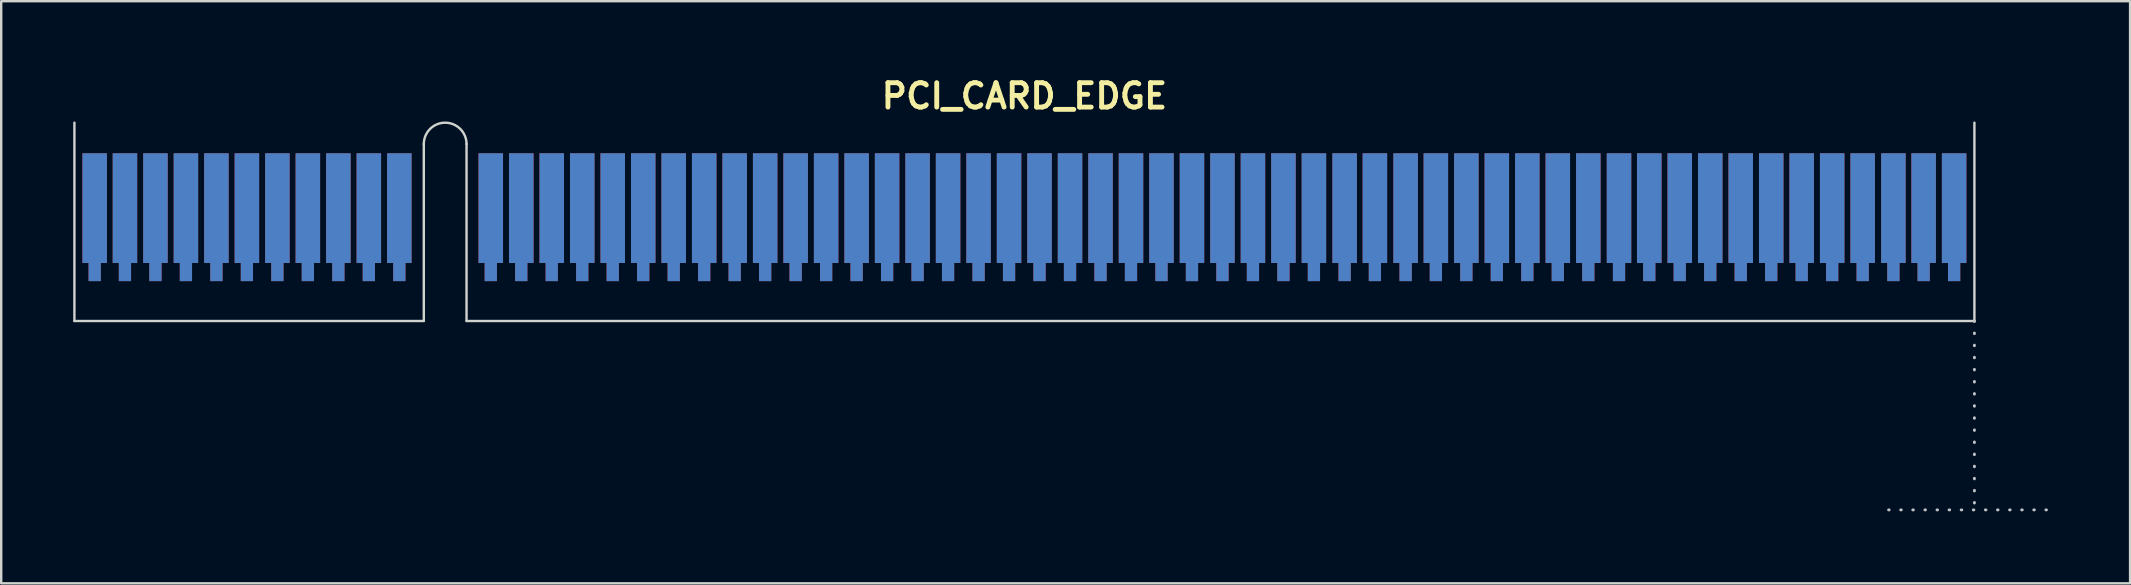
<source format=kicad_pcb>
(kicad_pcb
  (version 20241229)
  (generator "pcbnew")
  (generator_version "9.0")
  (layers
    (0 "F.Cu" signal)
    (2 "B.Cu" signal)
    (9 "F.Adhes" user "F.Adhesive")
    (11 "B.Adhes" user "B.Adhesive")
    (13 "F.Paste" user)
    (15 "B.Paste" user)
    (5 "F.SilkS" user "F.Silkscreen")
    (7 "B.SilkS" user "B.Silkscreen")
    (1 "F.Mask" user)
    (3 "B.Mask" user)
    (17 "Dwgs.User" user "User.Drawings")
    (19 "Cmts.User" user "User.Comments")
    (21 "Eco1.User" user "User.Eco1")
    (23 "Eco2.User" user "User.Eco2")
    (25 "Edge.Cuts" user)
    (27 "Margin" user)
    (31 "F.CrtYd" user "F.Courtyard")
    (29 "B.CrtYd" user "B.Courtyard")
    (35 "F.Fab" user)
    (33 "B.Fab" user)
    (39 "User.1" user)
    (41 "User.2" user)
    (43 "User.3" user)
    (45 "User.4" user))
  (footprint "PCI_CARD_EDGE"
    (layer "F.Cu")
    (at 39.625 6.951)
    (property "Reference" "PCI_CARD_EDGE" (at 0 -6 0) (layer "F.SilkS") (effects (font (size 1.016 1.016) (thickness 0.203) (bold yes))))
    (attr exclude_from_pos_files exclude_from_bom)
    (fp_line (start 36 11.24) (end 43 11.24) (stroke (width 0.12) (type dot)) (layer "Dwgs.User"))
    (fp_line (start 39.575 3.37) (end 39.575 11.24) (stroke (width 0.12) (type dot)) (layer "Dwgs.User"))
    (fp_line (start -39.575 3.37) (end -39.575 -4.89) (stroke (width 0.1) (type solid)) (layer "Edge.Cuts"))
    (fp_line (start -25.02 -4) (end -25.02 3.37) (stroke (width 0.1) (type solid)) (layer "Edge.Cuts"))
    (fp_line (start -25.02 3.37) (end -39.575 3.37) (stroke (width 0.1) (type solid)) (layer "Edge.Cuts"))
    (fp_line (start -23.24 3.37) (end -23.24 -4) (stroke (width 0.1) (type solid)) (layer "Edge.Cuts"))
    (fp_line (start 39.575 -4.89) (end 39.575 3.37) (stroke (width 0.1) (type solid)) (layer "Edge.Cuts"))
    (fp_line (start 39.575 3.37) (end -23.24 3.37) (stroke (width 0.1) (type solid)) (layer "Edge.Cuts"))
    (fp_arc (start -25.02 -4) (mid -24.13 -4.89) (end -23.24 -4) (stroke (width 0.1) (type default)) (layer "Edge.Cuts"))
    (pad "A1" connect rect (at 38.73 -1.33) (size 1.02 4.57) (layers "F.Cu" "F.Mask"))
    (pad "A1" connect rect (at 38.73 1.33) (size 0.51 0.76) (layers "F.Cu" "F.Mask"))
    (pad "A2" connect rect (at 37.46 -1.33) (size 1.02 4.57) (layers "F.Cu" "F.Mask"))
    (pad "A2" connect rect (at 37.46 1.33) (size 0.51 0.76) (layers "F.Cu" "F.Mask"))
    (pad "A3" connect rect (at 36.2 -1.33) (size 1.02 4.57) (layers "F.Cu" "F.Mask"))
    (pad "A3" connect rect (at 36.2 1.33) (size 0.51 0.76) (layers "F.Cu" "F.Mask"))
    (pad "A4" connect rect (at 34.92 -1.33) (size 1.02 4.57) (layers "F.Cu" "F.Mask"))
    (pad "A4" connect rect (at 34.92 1.33) (size 0.51 0.76) (layers "F.Cu" "F.Mask"))
    (pad "A5" connect rect (at 33.65 -1.33) (size 1.02 4.57) (layers "F.Cu" "F.Mask"))
    (pad "A5" connect rect (at 33.65 1.33) (size 0.51 0.76) (layers "F.Cu" "F.Mask"))
    (pad "A6" connect rect (at 32.38 -1.33) (size 1.02 4.57) (layers "F.Cu" "F.Mask"))
    (pad "A6" connect rect (at 32.38 1.33) (size 0.51 0.76) (layers "F.Cu" "F.Mask"))
    (pad "A7" connect rect (at 31.11 -1.33) (size 1.02 4.57) (layers "F.Cu" "F.Mask"))
    (pad "A7" connect rect (at 31.11 1.33) (size 0.51 0.76) (layers "F.Cu" "F.Mask"))
    (pad "A8" connect rect (at 29.84 -1.33) (size 1.02 4.57) (layers "F.Cu" "F.Mask"))
    (pad "A8" connect rect (at 29.84 1.33) (size 0.51 0.76) (layers "F.Cu" "F.Mask"))
    (pad "A9" connect rect (at 28.57 -1.33) (size 1.02 4.57) (layers "F.Cu" "F.Mask"))
    (pad "A9" connect rect (at 28.57 1.33) (size 0.51 0.76) (layers "F.Cu" "F.Mask"))
    (pad "A10" connect rect (at 27.3 -1.33) (size 1.02 4.57) (layers "F.Cu" "F.Mask"))
    (pad "A10" connect rect (at 27.3 1.33) (size 0.51 0.76) (layers "F.Cu" "F.Mask"))
    (pad "A11" connect rect (at 26.03 -1.33) (size 1.02 4.57) (layers "F.Cu" "F.Mask"))
    (pad "A11" connect rect (at 26.03 1.33) (size 0.51 0.76) (layers "F.Cu" "F.Mask"))
    (pad "A12" connect rect (at 24.77 -1.33) (size 1.02 4.57) (layers "F.Cu" "F.Mask"))
    (pad "A12" connect rect (at 24.77 1.33) (size 0.51 0.76) (layers "F.Cu" "F.Mask"))
    (pad "A13" connect rect (at 23.49 -1.33) (size 1.02 4.57) (layers "F.Cu" "F.Mask"))
    (pad "A13" connect rect (at 23.49 1.33) (size 0.51 0.76) (layers "F.Cu" "F.Mask"))
    (pad "A14" connect rect (at 22.22 -1.33) (size 1.02 4.57) (layers "F.Cu" "F.Mask"))
    (pad "A14" connect rect (at 22.22 1.33) (size 0.51 0.76) (layers "F.Cu" "F.Mask"))
    (pad "A15" connect rect (at 20.95 -1.33) (size 1.02 4.57) (layers "F.Cu" "F.Mask"))
    (pad "A15" connect rect (at 20.95 1.33) (size 0.51 0.76) (layers "F.Cu" "F.Mask"))
    (pad "A16" connect rect (at 19.68 -1.33) (size 1.02 4.57) (layers "F.Cu" "F.Mask"))
    (pad "A16" connect rect (at 19.68 1.33) (size 0.51 0.76) (layers "F.Cu" "F.Mask"))
    (pad "A17" connect rect (at 18.41 -1.33) (size 1.02 4.57) (layers "F.Cu" "F.Mask"))
    (pad "A17" connect rect (at 18.41 1.33) (size 0.51 0.76) (layers "F.Cu" "F.Mask"))
    (pad "A18" connect rect (at 17.14 -1.33) (size 1.02 4.57) (layers "F.Cu" "F.Mask"))
    (pad "A18" connect rect (at 17.14 1.33) (size 0.51 0.76) (layers "F.Cu" "F.Mask"))
    (pad "A19" connect rect (at 15.88 -1.33) (size 1.02 4.57) (layers "F.Cu" "F.Mask"))
    (pad "A19" connect rect (at 15.88 1.33) (size 0.51 0.76) (layers "F.Cu" "F.Mask"))
    (pad "A20" connect rect (at 14.6 -1.33) (size 1.02 4.57) (layers "F.Cu" "F.Mask"))
    (pad "A20" connect rect (at 14.6 1.33) (size 0.51 0.76) (layers "F.Cu" "F.Mask"))
    (pad "A21" connect rect (at 13.34 -1.33) (size 1.02 4.57) (layers "F.Cu" "F.Mask"))
    (pad "A21" connect rect (at 13.34 1.33) (size 0.51 0.76) (layers "F.Cu" "F.Mask"))
    (pad "A22" connect rect (at 12.06 -1.33) (size 1.02 4.57) (layers "F.Cu" "F.Mask"))
    (pad "A22" connect rect (at 12.06 1.33) (size 0.51 0.76) (layers "F.Cu" "F.Mask"))
    (pad "A23" connect rect (at 10.79 -1.33) (size 1.02 4.57) (layers "F.Cu" "F.Mask"))
    (pad "A23" connect rect (at 10.79 1.33) (size 0.51 0.76) (layers "F.Cu" "F.Mask"))
    (pad "A24" connect rect (at 9.52 -1.33) (size 1.02 4.57) (layers "F.Cu" "F.Mask"))
    (pad "A24" connect rect (at 9.52 1.33) (size 0.51 0.76) (layers "F.Cu" "F.Mask"))
    (pad "A25" connect rect (at 8.25 -1.33) (size 1.02 4.57) (layers "F.Cu" "F.Mask"))
    (pad "A25" connect rect (at 8.25 1.33) (size 0.51 0.76) (layers "F.Cu" "F.Mask"))
    (pad "A26" connect rect (at 6.98 -1.33) (size 1.02 4.57) (layers "F.Cu" "F.Mask"))
    (pad "A26" connect rect (at 6.98 1.33) (size 0.51 0.76) (layers "F.Cu" "F.Mask"))
    (pad "A27" connect rect (at 5.71 -1.33) (size 1.02 4.57) (layers "F.Cu" "F.Mask"))
    (pad "A27" connect rect (at 5.71 1.33) (size 0.51 0.76) (layers "F.Cu" "F.Mask"))
    (pad "A28" connect rect (at 4.44 -1.33) (size 1.02 4.57) (layers "F.Cu" "F.Mask"))
    (pad "A28" connect rect (at 4.44 1.33) (size 0.51 0.76) (layers "F.Cu" "F.Mask"))
    (pad "A29" connect rect (at 3.17 -1.33) (size 1.02 4.57) (layers "F.Cu" "F.Mask"))
    (pad "A29" connect rect (at 3.17 1.33) (size 0.51 0.76) (layers "F.Cu" "F.Mask"))
    (pad "A30" connect rect (at 1.9 -1.33) (size 1.02 4.57) (layers "F.Cu" "F.Mask"))
    (pad "A30" connect rect (at 1.9 1.33) (size 0.51 0.76) (layers "F.Cu" "F.Mask"))
    (pad "A31" connect rect (at 0.63 -1.33) (size 1.02 4.57) (layers "F.Cu" "F.Mask"))
    (pad "A31" connect rect (at 0.63 1.33) (size 0.51 0.76) (layers "F.Cu" "F.Mask"))
    (pad "A32" connect rect (at -0.64 -1.33) (size 1.02 4.57) (layers "F.Cu" "F.Mask"))
    (pad "A32" connect rect (at -0.64 1.33) (size 0.51 0.76) (layers "F.Cu" "F.Mask"))
    (pad "A33" connect rect (at -1.91 -1.33) (size 1.02 4.57) (layers "F.Cu" "F.Mask"))
    (pad "A33" connect rect (at -1.91 1.33) (size 0.51 0.76) (layers "F.Cu" "F.Mask"))
    (pad "A34" connect rect (at -3.18 -1.33) (size 1.02 4.57) (layers "F.Cu" "F.Mask"))
    (pad "A34" connect rect (at -3.18 1.33) (size 0.51 0.76) (layers "F.Cu" "F.Mask"))
    (pad "A35" connect rect (at -4.45 -1.33) (size 1.02 4.57) (layers "F.Cu" "F.Mask"))
    (pad "A35" connect rect (at -4.45 1.33) (size 0.51 0.76) (layers "F.Cu" "F.Mask"))
    (pad "A36" connect rect (at -5.72 -1.33) (size 1.02 4.57) (layers "F.Cu" "F.Mask"))
    (pad "A36" connect rect (at -5.72 1.33) (size 0.51 0.76) (layers "F.Cu" "F.Mask"))
    (pad "A37" connect rect (at -6.99 -1.33) (size 1.02 4.57) (layers "F.Cu" "F.Mask"))
    (pad "A37" connect rect (at -6.99 1.33) (size 0.51 0.76) (layers "F.Cu" "F.Mask"))
    (pad "A38" connect rect (at -8.26 -1.33) (size 1.02 4.57) (layers "F.Cu" "F.Mask"))
    (pad "A38" connect rect (at -8.26 1.33) (size 0.51 0.76) (layers "F.Cu" "F.Mask"))
    (pad "A39" connect rect (at -9.53 -1.33) (size 1.02 4.57) (layers "F.Cu" "F.Mask"))
    (pad "A39" connect rect (at -9.53 1.33) (size 0.51 0.76) (layers "F.Cu" "F.Mask"))
    (pad "A40" connect rect (at -10.8 -1.33) (size 1.02 4.57) (layers "F.Cu" "F.Mask"))
    (pad "A40" connect rect (at -10.8 1.33) (size 0.51 0.76) (layers "F.Cu" "F.Mask"))
    (pad "A41" connect rect (at -12.07 -1.33) (size 1.02 4.57) (layers "F.Cu" "F.Mask"))
    (pad "A41" connect rect (at -12.07 1.33) (size 0.51 0.76) (layers "F.Cu" "F.Mask"))
    (pad "A42" connect rect (at -13.34 -1.33) (size 1.02 4.57) (layers "F.Cu" "F.Mask"))
    (pad "A42" connect rect (at -13.34 1.33) (size 0.51 0.76) (layers "F.Cu" "F.Mask"))
    (pad "A43" connect rect (at -14.61 -1.33) (size 1.02 4.57) (layers "F.Cu" "F.Mask"))
    (pad "A43" connect rect (at -14.61 1.33) (size 0.51 0.76) (layers "F.Cu" "F.Mask"))
    (pad "A44" connect rect (at -15.88 -1.33) (size 1.02 4.57) (layers "F.Cu" "F.Mask"))
    (pad "A44" connect rect (at -15.88 1.33) (size 0.51 0.76) (layers "F.Cu" "F.Mask"))
    (pad "A45" connect rect (at -17.15 -1.33) (size 1.02 4.57) (layers "F.Cu" "F.Mask"))
    (pad "A45" connect rect (at -17.15 1.33) (size 0.51 0.76) (layers "F.Cu" "F.Mask"))
    (pad "A46" connect rect (at -18.42 -1.33) (size 1.02 4.57) (layers "F.Cu" "F.Mask"))
    (pad "A46" connect rect (at -18.42 1.33) (size 0.51 0.76) (layers "F.Cu" "F.Mask"))
    (pad "A47" connect rect (at -19.69 -1.33) (size 1.02 4.57) (layers "F.Cu" "F.Mask"))
    (pad "A47" connect rect (at -19.69 1.33) (size 0.51 0.76) (layers "F.Cu" "F.Mask"))
    (pad "A48" connect rect (at -20.96 -1.33) (size 1.02 4.57) (layers "F.Cu" "F.Mask"))
    (pad "A48" connect rect (at -20.96 1.33) (size 0.51 0.76) (layers "F.Cu" "F.Mask"))
    (pad "A49" connect rect (at -22.23 -1.33) (size 1.02 4.57) (layers "F.Cu" "F.Mask"))
    (pad "A49" connect rect (at -22.23 1.33) (size 0.51 0.76) (layers "F.Cu" "F.Mask"))
    (pad "A52" connect rect (at -26.04 -1.33) (size 1.02 4.57) (layers "F.Cu" "F.Mask"))
    (pad "A52" connect rect (at -26.04 1.33) (size 0.51 0.76) (layers "F.Cu" "F.Mask"))
    (pad "A53" connect rect (at -27.31 -1.33) (size 1.02 4.57) (layers "F.Cu" "F.Mask"))
    (pad "A53" connect rect (at -27.31 1.33) (size 0.51 0.76) (layers "F.Cu" "F.Mask"))
    (pad "A54" connect rect (at -28.58 -1.33) (size 1.02 4.57) (layers "F.Cu" "F.Mask"))
    (pad "A54" connect rect (at -28.58 1.33) (size 0.51 0.76) (layers "F.Cu" "F.Mask"))
    (pad "A55" connect rect (at -29.85 -1.33) (size 1.02 4.57) (layers "F.Cu" "F.Mask"))
    (pad "A55" connect rect (at -29.85 1.33) (size 0.51 0.76) (layers "F.Cu" "F.Mask"))
    (pad "A56" connect rect (at -31.12 -1.33) (size 1.02 4.57) (layers "F.Cu" "F.Mask"))
    (pad "A56" connect rect (at -31.12 1.33) (size 0.51 0.76) (layers "F.Cu" "F.Mask"))
    (pad "A57" connect rect (at -32.39 -1.33) (size 1.02 4.57) (layers "F.Cu" "F.Mask"))
    (pad "A57" connect rect (at -32.39 1.33) (size 0.51 0.76) (layers "F.Cu" "F.Mask"))
    (pad "A58" connect rect (at -33.66 -1.33) (size 1.02 4.57) (layers "F.Cu" "F.Mask"))
    (pad "A58" connect rect (at -33.66 1.33) (size 0.51 0.76) (layers "F.Cu" "F.Mask"))
    (pad "A59" connect rect (at -34.93 -1.33) (size 1.02 4.57) (layers "F.Cu" "F.Mask"))
    (pad "A59" connect rect (at -34.93 1.33) (size 0.51 0.76) (layers "F.Cu" "F.Mask"))
    (pad "A60" connect rect (at -36.2 -1.33) (size 1.02 4.57) (layers "F.Cu" "F.Mask"))
    (pad "A60" connect rect (at -36.2 1.33) (size 0.51 0.76) (layers "F.Cu" "F.Mask"))
    (pad "A61" connect rect (at -37.47 -1.33) (size 1.02 4.57) (layers "F.Cu" "F.Mask"))
    (pad "A61" connect rect (at -37.47 1.33) (size 0.51 0.76) (layers "F.Cu" "F.Mask"))
    (pad "A62" connect rect (at -38.73 -1.33) (size 1.02 4.57) (layers "F.Cu" "F.Mask"))
    (pad "A62" connect rect (at -38.73 1.33) (size 0.51 0.76) (layers "F.Cu" "F.Mask"))
    (pad "B1" connect rect (at 38.73 -1.33) (size 1.02 4.57) (layers "B.Cu" "B.Mask"))
    (pad "B1" connect rect (at 38.73 1.33) (size 0.51 0.76) (layers "B.Cu" "B.Mask"))
    (pad "B2" connect rect (at 37.46 -1.33) (size 1.02 4.57) (layers "B.Cu" "B.Mask"))
    (pad "B2" connect rect (at 37.46 1.33) (size 0.51 0.76) (layers "B.Cu" "B.Mask"))
    (pad "B3" connect rect (at 36.2 -1.33) (size 1.02 4.57) (layers "B.Cu" "B.Mask"))
    (pad "B3" connect rect (at 36.2 1.33) (size 0.51 0.76) (layers "B.Cu" "B.Mask"))
    (pad "B4" connect rect (at 34.92 -1.33) (size 1.02 4.57) (layers "B.Cu" "B.Mask"))
    (pad "B4" connect rect (at 34.92 1.33) (size 0.51 0.76) (layers "B.Cu" "B.Mask"))
    (pad "B5" connect rect (at 33.65 -1.33) (size 1.02 4.57) (layers "B.Cu" "B.Mask"))
    (pad "B5" connect rect (at 33.65 1.33) (size 0.51 0.76) (layers "B.Cu" "B.Mask"))
    (pad "B6" connect rect (at 32.38 -1.33) (size 1.02 4.57) (layers "B.Cu" "B.Mask"))
    (pad "B6" connect rect (at 32.38 1.33) (size 0.51 0.76) (layers "B.Cu" "B.Mask"))
    (pad "B7" connect rect (at 31.11 -1.33) (size 1.02 4.57) (layers "B.Cu" "B.Mask"))
    (pad "B7" connect rect (at 31.11 1.33) (size 0.51 0.76) (layers "B.Cu" "B.Mask"))
    (pad "B8" connect rect (at 29.84 -1.33) (size 1.02 4.57) (layers "B.Cu" "B.Mask"))
    (pad "B8" connect rect (at 29.84 1.33) (size 0.51 0.76) (layers "B.Cu" "B.Mask"))
    (pad "B9" connect rect (at 28.57 -1.33) (size 1.02 4.57) (layers "B.Cu" "B.Mask"))
    (pad "B9" connect rect (at 28.57 1.33) (size 0.51 0.76) (layers "B.Cu" "B.Mask"))
    (pad "B10" connect rect (at 27.3 -1.33) (size 1.02 4.57) (layers "B.Cu" "B.Mask"))
    (pad "B10" connect rect (at 27.3 1.33) (size 0.51 0.76) (layers "B.Cu" "B.Mask"))
    (pad "B11" connect rect (at 26.03 -1.33) (size 1.02 4.57) (layers "B.Cu" "B.Mask"))
    (pad "B11" connect rect (at 26.03 1.33) (size 0.51 0.76) (layers "B.Cu" "B.Mask"))
    (pad "B12" connect rect (at 24.77 -1.33) (size 1.02 4.57) (layers "B.Cu" "B.Mask"))
    (pad "B12" connect rect (at 24.77 1.33) (size 0.51 0.76) (layers "B.Cu" "B.Mask"))
    (pad "B13" connect rect (at 23.49 -1.33) (size 1.02 4.57) (layers "B.Cu" "B.Mask"))
    (pad "B13" connect rect (at 23.49 1.33) (size 0.51 0.76) (layers "B.Cu" "B.Mask"))
    (pad "B14" connect rect (at 22.22 -1.33) (size 1.02 4.57) (layers "B.Cu" "B.Mask"))
    (pad "B14" connect rect (at 22.22 1.33) (size 0.51 0.76) (layers "B.Cu" "B.Mask"))
    (pad "B15" connect rect (at 20.95 -1.33) (size 1.02 4.57) (layers "B.Cu" "B.Mask"))
    (pad "B15" connect rect (at 20.95 1.33) (size 0.51 0.76) (layers "B.Cu" "B.Mask"))
    (pad "B16" connect rect (at 19.68 -1.33) (size 1.02 4.57) (layers "B.Cu" "B.Mask"))
    (pad "B16" connect rect (at 19.68 1.33) (size 0.51 0.76) (layers "B.Cu" "B.Mask"))
    (pad "B17" connect rect (at 18.41 -1.33) (size 1.02 4.57) (layers "B.Cu" "B.Mask"))
    (pad "B17" connect rect (at 18.41 1.33) (size 0.51 0.76) (layers "B.Cu" "B.Mask"))
    (pad "B18" connect rect (at 17.14 -1.33) (size 1.02 4.57) (layers "B.Cu" "B.Mask"))
    (pad "B18" connect rect (at 17.14 1.33) (size 0.51 0.76) (layers "B.Cu" "B.Mask"))
    (pad "B19" connect rect (at 15.88 -1.33) (size 1.02 4.57) (layers "B.Cu" "B.Mask"))
    (pad "B19" connect rect (at 15.88 1.33) (size 0.51 0.76) (layers "B.Cu" "B.Mask"))
    (pad "B20" connect rect (at 14.6 -1.33) (size 1.02 4.57) (layers "B.Cu" "B.Mask"))
    (pad "B20" connect rect (at 14.6 1.33) (size 0.51 0.76) (layers "B.Cu" "B.Mask"))
    (pad "B21" connect rect (at 13.34 -1.33) (size 1.02 4.57) (layers "B.Cu" "B.Mask"))
    (pad "B21" connect rect (at 13.34 1.33) (size 0.51 0.76) (layers "B.Cu" "B.Mask"))
    (pad "B22" connect rect (at 12.06 -1.33) (size 1.02 4.57) (layers "B.Cu" "B.Mask"))
    (pad "B22" connect rect (at 12.06 1.33) (size 0.51 0.76) (layers "B.Cu" "B.Mask"))
    (pad "B23" connect rect (at 10.79 -1.33) (size 1.02 4.57) (layers "B.Cu" "B.Mask"))
    (pad "B23" connect rect (at 10.79 1.33) (size 0.51 0.76) (layers "B.Cu" "B.Mask"))
    (pad "B24" connect rect (at 9.52 -1.33) (size 1.02 4.57) (layers "B.Cu" "B.Mask"))
    (pad "B24" connect rect (at 9.52 1.33) (size 0.51 0.76) (layers "B.Cu" "B.Mask"))
    (pad "B25" connect rect (at 8.25 -1.33) (size 1.02 4.57) (layers "B.Cu" "B.Mask"))
    (pad "B25" connect rect (at 8.25 1.33) (size 0.51 0.76) (layers "B.Cu" "B.Mask"))
    (pad "B26" connect rect (at 6.98 -1.33) (size 1.02 4.57) (layers "B.Cu" "B.Mask"))
    (pad "B26" connect rect (at 6.98 1.33) (size 0.51 0.76) (layers "B.Cu" "B.Mask"))
    (pad "B27" connect rect (at 5.71 -1.33) (size 1.02 4.57) (layers "B.Cu" "B.Mask"))
    (pad "B27" connect rect (at 5.71 1.33) (size 0.51 0.76) (layers "B.Cu" "B.Mask"))
    (pad "B28" connect rect (at 4.44 -1.33) (size 1.02 4.57) (layers "B.Cu" "B.Mask"))
    (pad "B28" connect rect (at 4.44 1.33) (size 0.51 0.76) (layers "B.Cu" "B.Mask"))
    (pad "B29" connect rect (at 3.17 -1.33) (size 1.02 4.57) (layers "B.Cu" "B.Mask"))
    (pad "B29" connect rect (at 3.17 1.33) (size 0.51 0.76) (layers "B.Cu" "B.Mask"))
    (pad "B30" connect rect (at 1.9 -1.33) (size 1.02 4.57) (layers "B.Cu" "B.Mask"))
    (pad "B30" connect rect (at 1.9 1.33) (size 0.51 0.76) (layers "B.Cu" "B.Mask"))
    (pad "B31" connect rect (at 0.63 -1.33) (size 1.02 4.57) (layers "B.Cu" "B.Mask"))
    (pad "B31" connect rect (at 0.63 1.33) (size 0.51 0.76) (layers "B.Cu" "B.Mask"))
    (pad "B32" connect rect (at -0.64 -1.33) (size 1.02 4.57) (layers "B.Cu" "B.Mask"))
    (pad "B32" connect rect (at -0.64 1.33) (size 0.51 0.76) (layers "B.Cu" "B.Mask"))
    (pad "B33" connect rect (at -1.91 -1.33) (size 1.02 4.57) (layers "B.Cu" "B.Mask"))
    (pad "B33" connect rect (at -1.91 1.33) (size 0.51 0.76) (layers "B.Cu" "B.Mask"))
    (pad "B34" connect rect (at -3.18 -1.33) (size 1.02 4.57) (layers "B.Cu" "B.Mask"))
    (pad "B34" connect rect (at -3.18 1.33) (size 0.51 0.76) (layers "B.Cu" "B.Mask"))
    (pad "B35" connect rect (at -4.45 -1.33) (size 1.02 4.57) (layers "B.Cu" "B.Mask"))
    (pad "B35" connect rect (at -4.45 1.33) (size 0.51 0.76) (layers "B.Cu" "B.Mask"))
    (pad "B36" connect rect (at -5.72 -1.33) (size 1.02 4.57) (layers "B.Cu" "B.Mask"))
    (pad "B36" connect rect (at -5.72 1.33) (size 0.51 0.76) (layers "B.Cu" "B.Mask"))
    (pad "B37" connect rect (at -6.99 -1.33) (size 1.02 4.57) (layers "B.Cu" "B.Mask"))
    (pad "B37" connect rect (at -6.99 1.33) (size 0.51 0.76) (layers "B.Cu" "B.Mask"))
    (pad "B38" connect rect (at -8.26 -1.33) (size 1.02 4.57) (layers "B.Cu" "B.Mask"))
    (pad "B38" connect rect (at -8.26 1.33) (size 0.51 0.76) (layers "B.Cu" "B.Mask"))
    (pad "B39" connect rect (at -9.53 -1.33) (size 1.02 4.57) (layers "B.Cu" "B.Mask"))
    (pad "B39" connect rect (at -9.53 1.33) (size 0.51 0.76) (layers "B.Cu" "B.Mask"))
    (pad "B40" connect rect (at -10.8 -1.33) (size 1.02 4.57) (layers "B.Cu" "B.Mask"))
    (pad "B40" connect rect (at -10.8 1.33) (size 0.51 0.76) (layers "B.Cu" "B.Mask"))
    (pad "B41" connect rect (at -12.07 -1.33) (size 1.02 4.57) (layers "B.Cu" "B.Mask"))
    (pad "B41" connect rect (at -12.07 1.33) (size 0.51 0.76) (layers "B.Cu" "B.Mask"))
    (pad "B42" connect rect (at -13.34 -1.33) (size 1.02 4.57) (layers "B.Cu" "B.Mask"))
    (pad "B42" connect rect (at -13.34 1.33) (size 0.51 0.76) (layers "B.Cu" "B.Mask"))
    (pad "B43" connect rect (at -14.61 -1.33) (size 1.02 4.57) (layers "B.Cu" "B.Mask"))
    (pad "B43" connect rect (at -14.61 1.33) (size 0.51 0.76) (layers "B.Cu" "B.Mask"))
    (pad "B44" connect rect (at -15.88 -1.33) (size 1.02 4.57) (layers "B.Cu" "B.Mask"))
    (pad "B44" connect rect (at -15.88 1.33) (size 0.51 0.76) (layers "B.Cu" "B.Mask"))
    (pad "B45" connect rect (at -17.15 -1.33) (size 1.02 4.57) (layers "B.Cu" "B.Mask"))
    (pad "B45" connect rect (at -17.15 1.33) (size 0.51 0.76) (layers "B.Cu" "B.Mask"))
    (pad "B46" connect rect (at -18.42 -1.33) (size 1.02 4.57) (layers "B.Cu" "B.Mask"))
    (pad "B46" connect rect (at -18.42 1.33) (size 0.51 0.76) (layers "B.Cu" "B.Mask"))
    (pad "B47" connect rect (at -19.69 -1.33) (size 1.02 4.57) (layers "B.Cu" "B.Mask"))
    (pad "B47" connect rect (at -19.69 1.33) (size 0.51 0.76) (layers "B.Cu" "B.Mask"))
    (pad "B48" connect rect (at -20.96 -1.33) (size 1.02 4.57) (layers "B.Cu" "B.Mask"))
    (pad "B48" connect rect (at -20.96 1.33) (size 0.51 0.76) (layers "B.Cu" "B.Mask"))
    (pad "B49" connect rect (at -22.23 -1.33) (size 1.02 4.57) (layers "B.Cu" "B.Mask"))
    (pad "B49" connect rect (at -22.23 1.33) (size 0.51 0.76) (layers "B.Cu" "B.Mask"))
    (pad "B52" connect rect (at -26.04 -1.33) (size 1.02 4.57) (layers "B.Cu" "B.Mask"))
    (pad "B52" connect rect (at -26.04 1.33) (size 0.51 0.76) (layers "B.Cu" "B.Mask"))
    (pad "B53" connect rect (at -27.31 -1.33) (size 1.02 4.57) (layers "B.Cu" "B.Mask"))
    (pad "B53" connect rect (at -27.31 1.33) (size 0.51 0.76) (layers "B.Cu" "B.Mask"))
    (pad "B54" connect rect (at -28.58 -1.33) (size 1.02 4.57) (layers "B.Cu" "B.Mask"))
    (pad "B54" connect rect (at -28.58 1.33) (size 0.51 0.76) (layers "B.Cu" "B.Mask"))
    (pad "B55" connect rect (at -29.85 -1.33) (size 1.02 4.57) (layers "B.Cu" "B.Mask"))
    (pad "B55" connect rect (at -29.85 1.33) (size 0.51 0.76) (layers "B.Cu" "B.Mask"))
    (pad "B56" connect rect (at -31.12 -1.33) (size 1.02 4.57) (layers "B.Cu" "B.Mask"))
    (pad "B56" connect rect (at -31.12 1.33) (size 0.51 0.76) (layers "B.Cu" "B.Mask"))
    (pad "B57" connect rect (at -32.39 -1.33) (size 1.02 4.57) (layers "B.Cu" "B.Mask"))
    (pad "B57" connect rect (at -32.39 1.33) (size 0.51 0.76) (layers "B.Cu" "B.Mask"))
    (pad "B58" connect rect (at -33.66 -1.33) (size 1.02 4.57) (layers "B.Cu" "B.Mask"))
    (pad "B58" connect rect (at -33.66 1.33) (size 0.51 0.76) (layers "B.Cu" "B.Mask"))
    (pad "B59" connect rect (at -34.93 -1.33) (size 1.02 4.57) (layers "B.Cu" "B.Mask"))
    (pad "B59" connect rect (at -34.93 1.33) (size 0.51 0.76) (layers "B.Cu" "B.Mask"))
    (pad "B60" connect rect (at -36.2 -1.33) (size 1.02 4.57) (layers "B.Cu" "B.Mask"))
    (pad "B60" connect rect (at -36.2 1.33) (size 0.51 0.76) (layers "B.Cu" "B.Mask"))
    (pad "B61" connect rect (at -37.47 -1.33) (size 1.02 4.57) (layers "B.Cu" "B.Mask"))
    (pad "B61" connect rect (at -37.47 1.33) (size 0.51 0.76) (layers "B.Cu" "B.Mask"))
    (pad "B62" connect rect (at -38.73 -1.33) (size 1.02 4.57) (layers "B.Cu" "B.Mask"))
    (pad "B62" connect rect (at -38.73 1.33) (size 0.51 0.76) (layers "B.Cu" "B.Mask")))
  (gr_rect
    (start -3 -3)
    (end 85.685 21.251)
    (stroke (width 0.1) (type default))
    (fill no)
    (layer "Edge.Cuts")))
</source>
